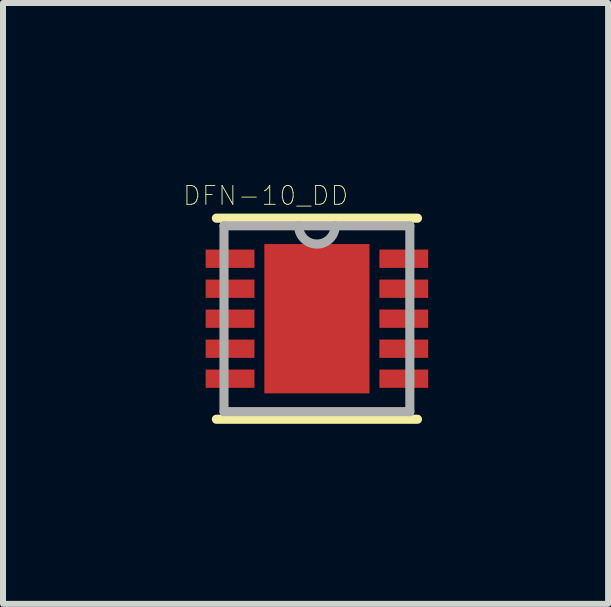
<source format=kicad_pcb>
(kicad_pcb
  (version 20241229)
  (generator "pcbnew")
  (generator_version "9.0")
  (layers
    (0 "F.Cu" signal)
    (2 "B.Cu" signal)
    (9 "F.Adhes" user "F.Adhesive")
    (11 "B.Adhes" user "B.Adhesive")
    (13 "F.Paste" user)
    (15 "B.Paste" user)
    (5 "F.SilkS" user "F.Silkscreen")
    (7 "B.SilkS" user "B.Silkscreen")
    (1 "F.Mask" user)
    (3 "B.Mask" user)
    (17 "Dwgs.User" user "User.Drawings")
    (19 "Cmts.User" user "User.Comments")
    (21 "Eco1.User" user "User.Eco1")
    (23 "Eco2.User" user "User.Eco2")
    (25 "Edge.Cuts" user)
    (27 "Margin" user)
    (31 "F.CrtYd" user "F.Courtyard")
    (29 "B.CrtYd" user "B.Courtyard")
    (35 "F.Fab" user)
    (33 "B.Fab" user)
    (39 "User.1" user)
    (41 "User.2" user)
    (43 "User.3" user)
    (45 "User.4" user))
  (footprint "DFN-10_DD"
    (layer "F.Cu")
    (at 2.233 2.263)
    (property "Reference" "DFN-10_DD" (at -0.854 -2.052 0) (layer "F.SilkS") (effects (font (size 0.315 0.315) (thickness 0.015))))
    (attr through_hole)
    (fp_line (start -1.676 1.676) (end 1.676 1.676) (stroke (width 0.152) (type solid)) (layer "F.SilkS"))
    (fp_line (start 1.676 -1.676) (end -1.676 -1.676) (stroke (width 0.152) (type solid)) (layer "F.SilkS"))
    (fp_poly (pts (xy -0.876 -1.245) (xy -0.876 1.245) (xy 0.876 1.245) (xy 0.876 -1.245)) (stroke (width 0.025) (type solid)) (fill yes) (layer "F.Paste"))
    (fp_line (start -1.549 -1.549) (end -1.549 1.549) (stroke (width 0.152) (type solid)) (layer "F.Fab"))
    (fp_line (start -1.549 1.549) (end 1.549 1.549) (stroke (width 0.152) (type solid)) (layer "F.Fab"))
    (fp_line (start -0.305 -1.549) (end -1.549 -1.549) (stroke (width 0.152) (type solid)) (layer "F.Fab"))
    (fp_line (start 0.305 -1.549) (end -0.305 -1.549) (stroke (width 0.152) (type solid)) (layer "F.Fab"))
    (fp_line (start 1.549 -1.549) (end 0.305 -1.549) (stroke (width 0.152) (type solid)) (layer "F.Fab"))
    (fp_line (start 1.549 1.549) (end 1.549 -1.549) (stroke (width 0.152) (type solid)) (layer "F.Fab"))
    (fp_arc (start 0.3048 -1.5494) (mid 0 -1.2446) (end -0.3048 -1.5494) (stroke (width 0.1524) (type solid)) (layer "F.Fab"))
    (pad "1" smd rect (at -1.448 -1) (size 0.813 0.305) (layers "F.Cu" "F.Mask" "F.Paste"))
    (pad "2" smd rect (at -1.448 -0.5) (size 0.813 0.305) (layers "F.Cu" "F.Mask" "F.Paste"))
    (pad "3" smd rect (at -1.448 0) (size 0.813 0.305) (layers "F.Cu" "F.Mask" "F.Paste"))
    (pad "4" smd rect (at -1.448 0.5) (size 0.813 0.305) (layers "F.Cu" "F.Mask" "F.Paste"))
    (pad "5" smd rect (at -1.448 1) (size 0.813 0.305) (layers "F.Cu" "F.Mask" "F.Paste"))
    (pad "6" smd rect (at 1.448 1) (size 0.813 0.305) (layers "F.Cu" "F.Mask" "F.Paste"))
    (pad "7" smd rect (at 1.448 0.5) (size 0.813 0.305) (layers "F.Cu" "F.Mask" "F.Paste"))
    (pad "8" smd rect (at 1.448 0) (size 0.813 0.305) (layers "F.Cu" "F.Mask" "F.Paste"))
    (pad "9" smd rect (at 1.448 -0.5) (size 0.813 0.305) (layers "F.Cu" "F.Mask" "F.Paste"))
    (pad "10" smd rect (at 1.448 -1) (size 0.813 0.305) (layers "F.Cu" "F.Mask" "F.Paste"))
    (pad "11" smd rect (at 0 0) (size 1.753 2.489) (layers "F.Cu" "F.Mask")))
  (gr_rect
    (start -3 -3)
    (end 7.087 7.016)
    (stroke (width 0.1) (type default))
    (fill no)
    (layer "Edge.Cuts")))
</source>
